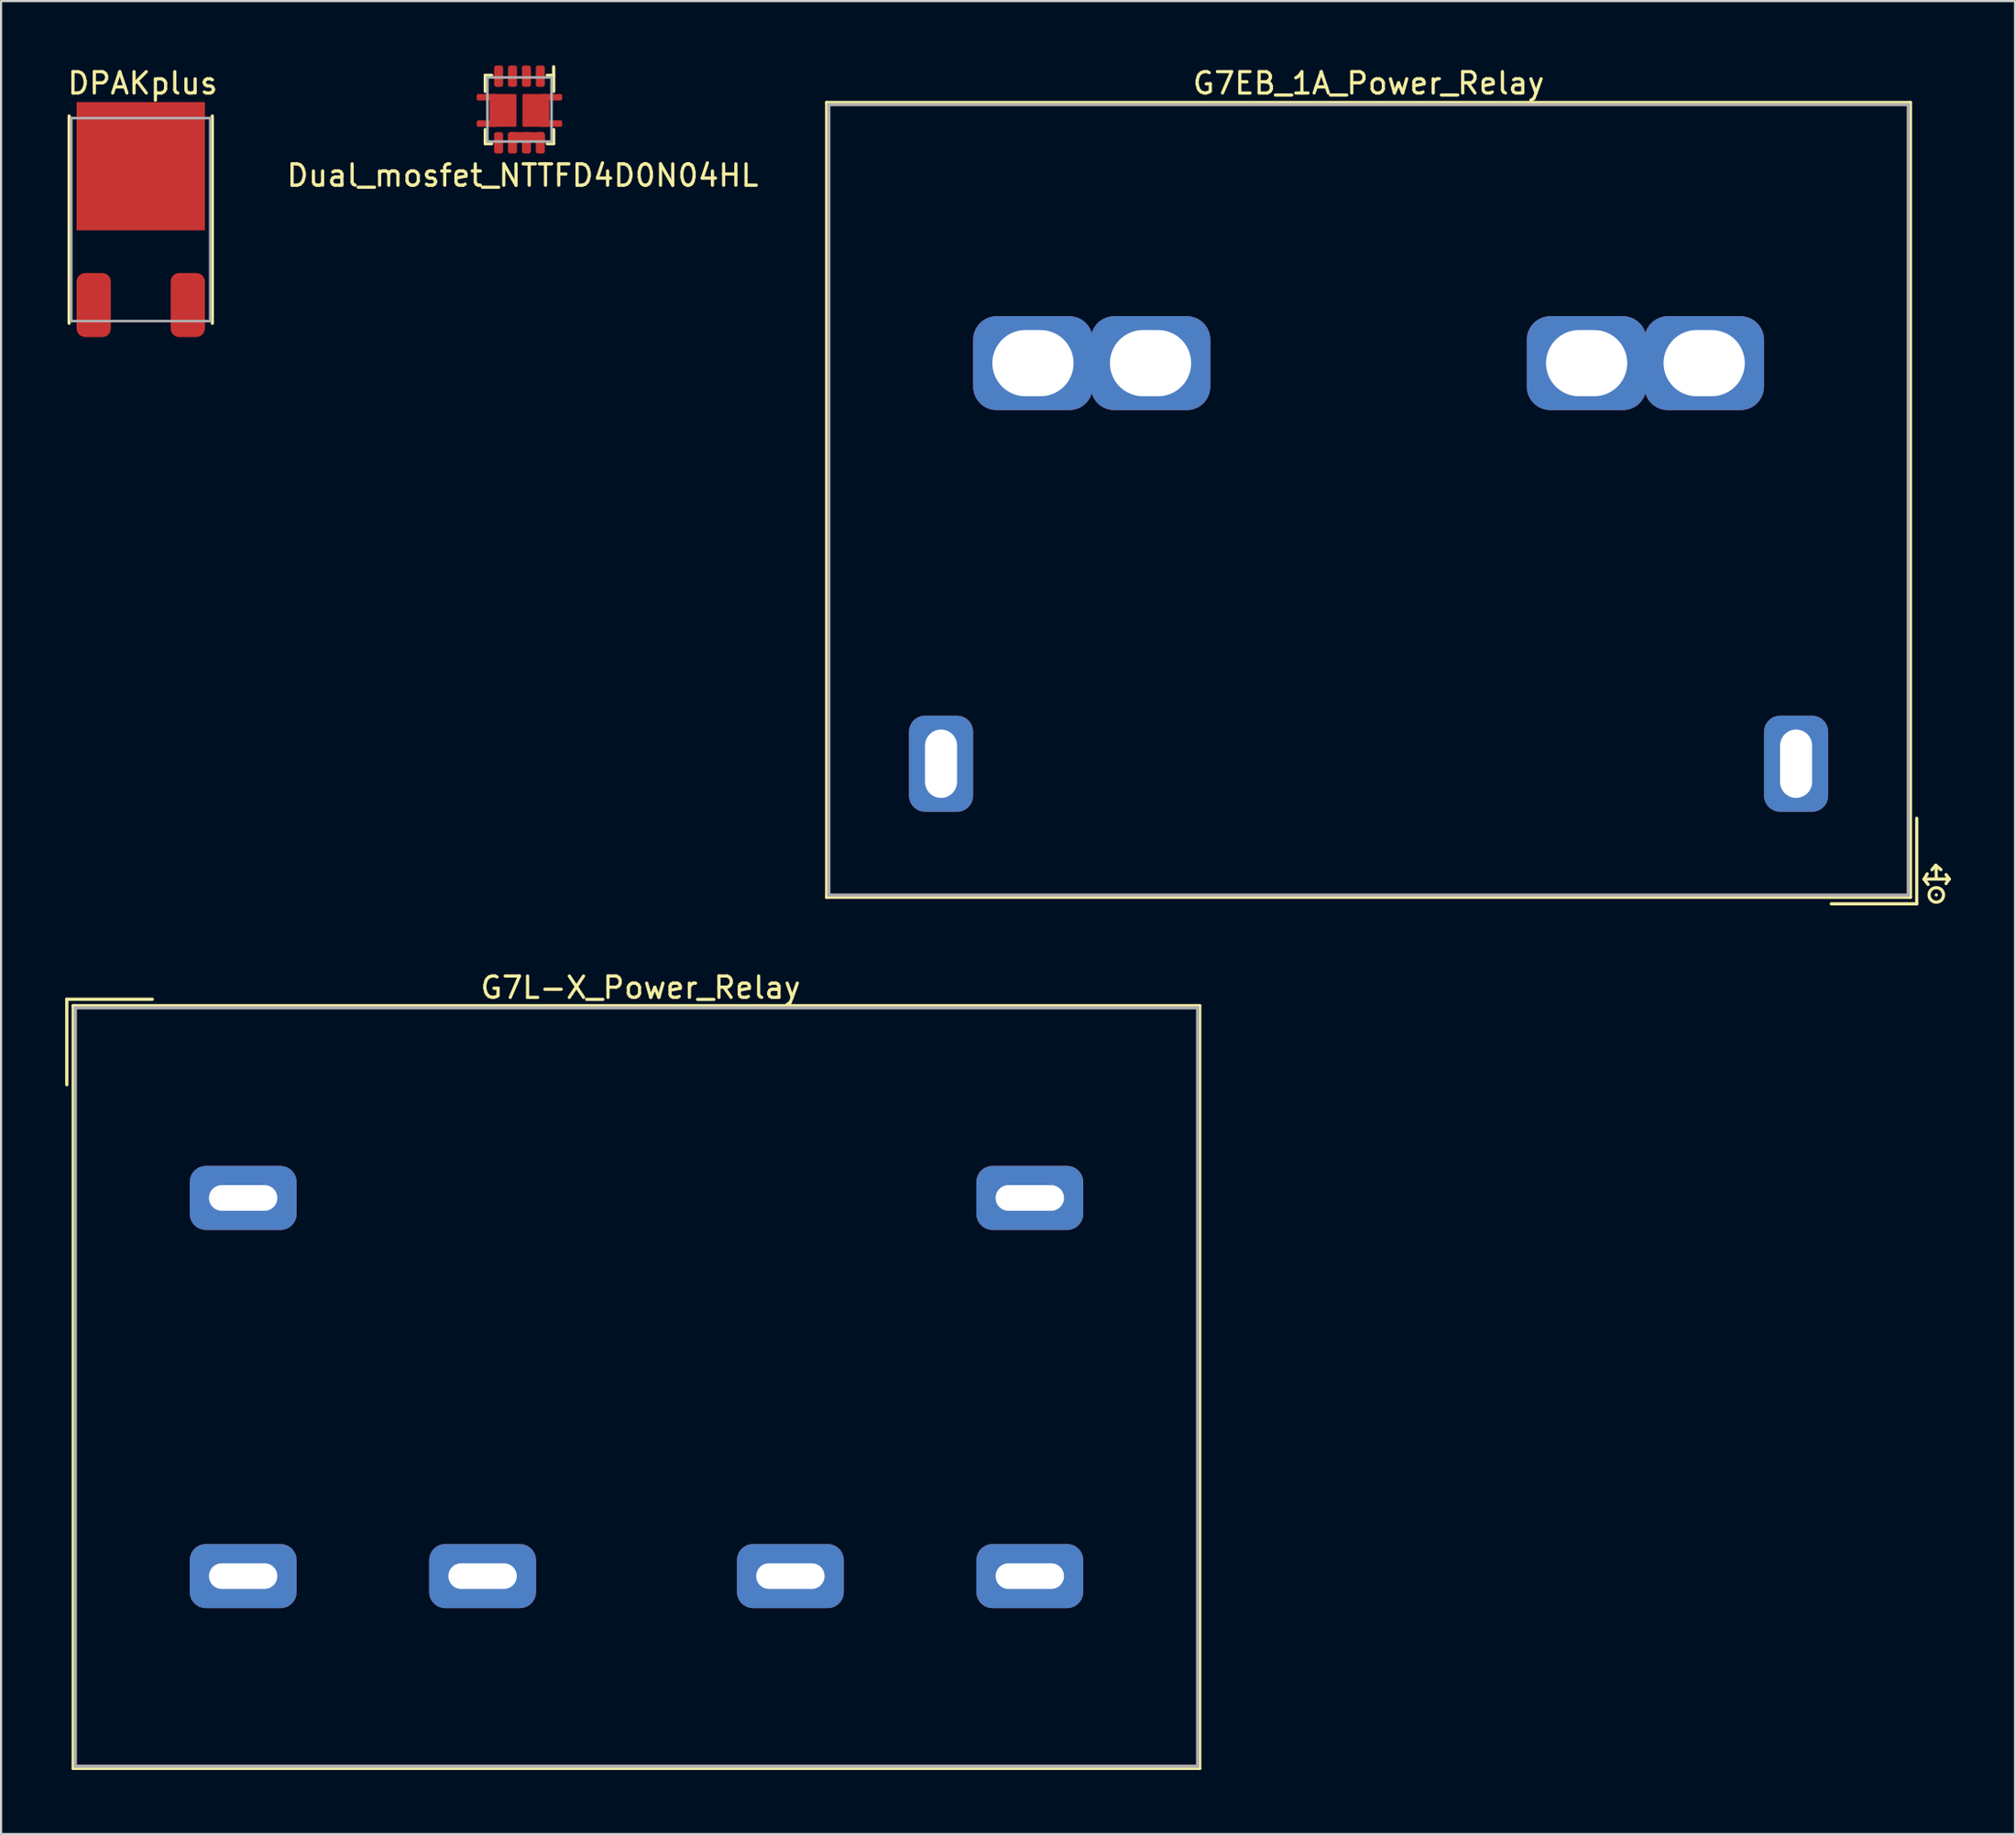
<source format=kicad_pcb>
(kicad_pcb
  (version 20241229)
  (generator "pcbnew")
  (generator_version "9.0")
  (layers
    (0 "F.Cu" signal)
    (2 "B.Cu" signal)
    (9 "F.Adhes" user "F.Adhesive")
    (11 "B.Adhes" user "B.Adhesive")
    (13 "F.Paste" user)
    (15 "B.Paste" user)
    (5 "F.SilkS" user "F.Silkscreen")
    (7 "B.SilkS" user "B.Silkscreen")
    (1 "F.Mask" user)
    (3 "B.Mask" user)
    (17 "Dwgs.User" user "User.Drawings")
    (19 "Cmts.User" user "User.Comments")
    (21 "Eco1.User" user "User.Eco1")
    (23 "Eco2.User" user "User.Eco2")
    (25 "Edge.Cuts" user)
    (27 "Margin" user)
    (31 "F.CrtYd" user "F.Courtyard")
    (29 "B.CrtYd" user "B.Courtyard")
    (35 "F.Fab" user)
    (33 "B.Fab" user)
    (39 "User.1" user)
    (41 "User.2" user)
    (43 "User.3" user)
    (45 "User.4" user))
  (footprint "G7EB_1A_Power_Relay"
    (layer "F.Cu")
    (at 60.973 20.348)
    (property "Reference" "G7EB_1A_Power_Relay" (at 0 -19.5 0) (layer "F.SilkS") (effects (font (size 1 1) (thickness 0.15))))
    (attr through_hole)
    (fp_line (start -25.35 -18.6) (end 25.35 -18.6) (stroke (width 0.15) (type solid)) (layer "F.SilkS"))
    (fp_line (start -25.35 18.6) (end -25.35 -18.6) (stroke (width 0.15) (type solid)) (layer "F.SilkS"))
    (fp_line (start 25.35 18.6) (end -25.35 18.6) (stroke (width 0.15) (type solid)) (layer "F.SilkS"))
    (fp_line (start 25.35 18.6) (end 25.35 -18.6) (stroke (width 0.15) (type solid)) (layer "F.SilkS"))
    (fp_line (start 25.644 14.907) (end 25.644 18.907) (stroke (width 0.15) (type solid)) (layer "F.SilkS"))
    (fp_line (start 25.644 18.907) (end 21.644 18.907) (stroke (width 0.15) (type solid)) (layer "F.SilkS"))
    (fp_line (start 25.979 17.75) (end 27.168 17.75) (stroke (width 0.15) (type solid)) (layer "F.SilkS"))
    (fp_line (start 25.989 17.76) (end 26.172 17.998) (stroke (width 0.15) (type solid)) (layer "F.SilkS"))
    (fp_line (start 26.132 17.506) (end 25.989 17.76) (stroke (width 0.15) (type solid)) (layer "F.SilkS"))
    (fp_line (start 26.355 17.313) (end 26.533 17.104) (stroke (width 0.15) (type solid)) (layer "F.SilkS"))
    (fp_line (start 26.533 17.104) (end 26.777 17.308) (stroke (width 0.15) (type solid)) (layer "F.SilkS"))
    (fp_line (start 26.553 17.683) (end 26.553 17.135) (stroke (width 0.15) (type solid)) (layer "F.SilkS"))
    (fp_line (start 26.558 18.491) (end 26.559 18.491) (stroke (width 0.15) (type solid)) (layer "F.SilkS"))
    (fp_line (start 27.158 17.744) (end 27.015 17.958) (stroke (width 0.15) (type solid)) (layer "F.SilkS"))
    (fp_line (start 27.168 17.75) (end 27.015 17.541) (stroke (width 0.15) (type solid)) (layer "F.SilkS"))
    (fp_circle (center 26.559 18.491) (end 26.848 18.669) (stroke (width 0.15) (type solid)) (fill no) (layer "F.SilkS"))
    (fp_line (start -25.25 -18.5) (end 25.25 -18.5) (stroke (width 0.15) (type solid)) (layer "F.Fab"))
    (fp_line (start -25.25 18.5) (end -25.25 -18.5) (stroke (width 0.15) (type solid)) (layer "F.Fab"))
    (fp_line (start 25.25 18.5) (end -25.25 18.5) (stroke (width 0.15) (type solid)) (layer "F.Fab"))
    (fp_line (start 25.25 18.5) (end 25.25 -18.5) (stroke (width 0.15) (type solid)) (layer "F.Fab"))
    (pad "1" thru_hole roundrect (at 20 12.35) (size 3 4.5) (drill oval 1.5 3.2) (layers "*.Cu" "*.Mask") (roundrect_rratio 0.25))
    (pad "2" thru_hole roundrect (at -20 12.35) (size 3 4.5) (drill oval 1.5 3.2) (layers "*.Cu" "*.Mask") (roundrect_rratio 0.25))
    (pad "3" thru_hole roundrect (at 10.2 -6.4) (size 5.6 4.4) (drill oval 3.8 3.1) (layers "*.Cu" "*.Mask") (roundrect_rratio 0.25))
    (pad "3" thru_hole roundrect (at 15.7 -6.4) (size 5.6 4.4) (drill oval 3.8 3.1) (layers "*.Cu" "*.Mask") (roundrect_rratio 0.25))
    (pad "4" thru_hole roundrect (at -15.7 -6.4) (size 5.6 4.4) (drill oval 3.8 3.1) (layers "*.Cu" "*.Mask") (roundrect_rratio 0.25))
    (pad "4" thru_hole roundrect (at -10.2 -6.4) (size 5.6 4.4) (drill oval 3.8 3.1) (layers "*.Cu" "*.Mask") (roundrect_rratio 0.25)))
  (footprint "DPAKplus"
    (layer "F.Cu")
    (at 3.534 7.229)
    (property "Reference" "DPAKplus" (at 0.091 -6.38 0) (layer "F.SilkS") (effects (font (size 1 1) (thickness 0.15))))
    (attr through_hole)
    (fp_line (start -3.35 -4.85) (end -3.35 4.85) (stroke (width 0.15) (type solid)) (layer "F.SilkS"))
    (fp_line (start 3.35 -4.85) (end 3.35 4.85) (stroke (width 0.15) (type solid)) (layer "F.SilkS"))
    (fp_line (start -3.25 -4.75) (end -3.25 4.75) (stroke (width 0.12) (type solid)) (layer "F.Fab"))
    (fp_line (start -3.25 4.75) (end 3.25 4.75) (stroke (width 0.12) (type solid)) (layer "F.Fab"))
    (fp_line (start 3.25 -4.75) (end -3.25 -4.75) (stroke (width 0.12) (type solid)) (layer "F.Fab"))
    (fp_line (start 3.25 4.75) (end 3.25 -4.75) (stroke (width 0.12) (type solid)) (layer "F.Fab"))
    (pad "1" smd roundrect (at -2.2 4) (size 1.6 3) (layers "F.Cu" "F.Mask" "F.Paste") (roundrect_rratio 0.25))
    (pad "2" smd rect (at 0 -2.5) (size 6 6) (layers "F.Cu" "F.Mask" "F.Paste"))
    (pad "3" smd roundrect (at 2.2 4) (size 1.6 3) (layers "F.Cu" "F.Mask" "F.Paste") (roundrect_rratio 0.25)))
  (footprint "Dual_mosfet_NTTFD4D0N04HL"
    (layer "F.Cu")
    (at 21.251 2.075)
    (property "Reference" "Dual_mosfet_NTTFD4D0N04HL" (at 0.147 3.089 0) (layer "F.SilkS") (effects (font (size 1 1) (thickness 0.15))))
    (attr through_hole)
    (fp_line (start -1.6 -1.6) (end -1.3 -1.6) (stroke (width 0.15) (type solid)) (layer "F.SilkS"))
    (fp_line (start -1.6 -0.85) (end -1.6 -1.6) (stroke (width 0.15) (type solid)) (layer "F.SilkS"))
    (fp_line (start -1.6 1.6) (end -1.6 0.94) (stroke (width 0.15) (type solid)) (layer "F.SilkS"))
    (fp_line (start -1.3 1.6) (end -1.6 1.6) (stroke (width 0.15) (type solid)) (layer "F.SilkS"))
    (fp_line (start 1.3 -1.6) (end 1.6 -1.6) (stroke (width 0.15) (type solid)) (layer "F.SilkS"))
    (fp_line (start 1.6 -2) (end 1.6 -0.85) (stroke (width 0.15) (type solid)) (layer "F.SilkS"))
    (fp_line (start 1.6 0.94) (end 1.6 1.6) (stroke (width 0.15) (type solid)) (layer "F.SilkS"))
    (fp_line (start 1.6 1.6) (end 1.3 1.6) (stroke (width 0.15) (type solid)) (layer "F.SilkS"))
    (fp_line (start -1.5 -1.5) (end -1.5 1.5) (stroke (width 0.12) (type solid)) (layer "F.Fab"))
    (fp_line (start -1.5 1.5) (end 1.5 1.5) (stroke (width 0.12) (type solid)) (layer "F.Fab"))
    (fp_line (start 1.5 -1.5) (end -1.5 -1.5) (stroke (width 0.12) (type solid)) (layer "F.Fab"))
    (fp_line (start 1.5 1.5) (end 1.5 -1.5) (stroke (width 0.12) (type solid)) (layer "F.Fab"))
    (pad "1" smd roundrect (at 0.975 -1.56) (size 0.42 1) (layers "F.Cu" "F.Mask" "F.Paste") (roundrect_rratio 0.25))
    (pad "2" smd roundrect (at 0.325 -1.56) (size 0.42 1) (layers "F.Cu" "F.Mask" "F.Paste") (roundrect_rratio 0.25))
    (pad "3" smd roundrect (at -0.325 -1.56) (size 0.42 1) (layers "F.Cu" "F.Mask" "F.Paste") (roundrect_rratio 0.25))
    (pad "4" smd roundrect (at -0.975 -1.56) (size 0.42 1) (layers "F.Cu" "F.Mask" "F.Paste") (roundrect_rratio 0.25))
    (pad "5" smd roundrect (at -1.5 -0.575 90) (size 0.3 1) (layers "F.Cu" "F.Mask" "F.Paste") (roundrect_rratio 0.25))
    (pad "5" smd roundrect (at -1.5 0.66 90) (size 0.3 1) (layers "F.Cu" "F.Mask" "F.Paste") (roundrect_rratio 0.25))
    (pad "5" smd roundrect (at -0.77 0.043) (size 1.26 1.535) (layers "F.Cu" "F.Mask" "F.Paste") (roundrect_rratio 0.05))
    (pad "7" smd roundrect (at -0.976 1.56) (size 0.42 1) (layers "F.Cu" "F.Mask" "F.Paste") (roundrect_rratio 0.25))
    (pad "8" smd roundrect (at -0.325 1.56) (size 0.42 1) (layers "F.Cu" "F.Mask" "F.Paste") (roundrect_rratio 0.25))
    (pad "8" smd roundrect (at 0.325 1.287) (size 1.72 0.454) (layers "F.Cu" "F.Mask" "F.Paste") (roundrect_rratio 0.25))
    (pad "8" smd roundrect (at 0.325 1.56) (size 0.42 1) (layers "F.Cu" "F.Mask" "F.Paste") (roundrect_rratio 0.25))
    (pad "8" smd roundrect (at 0.976 1.56) (size 0.42 1) (layers "F.Cu" "F.Mask" "F.Paste") (roundrect_rratio 0.25))
    (pad "11" smd roundrect (at 0.77 0.043) (size 1.26 1.535) (layers "F.Cu" "F.Mask" "F.Paste") (roundrect_rratio 0.05))
    (pad "11" smd roundrect (at 1.5 -0.575 90) (size 0.3 1) (layers "F.Cu" "F.Mask" "F.Paste") (roundrect_rratio 0.25))
    (pad "11" smd roundrect (at 1.5 0.66 90) (size 0.3 1) (layers "F.Cu" "F.Mask" "F.Paste") (roundrect_rratio 0.25)))
  (footprint "G7L-X_Power_Relay"
    (layer "F.Cu")
    (at 26.725 61.873)
    (property "Reference" "G7L-X_Power_Relay" (at 0.191 -18.694 0) (layer "F.SilkS") (effects (font (size 1 1) (thickness 0.15))))
    (attr through_hole)
    (fp_line (start -26.65 -18.15) (end -22.65 -18.15) (stroke (width 0.15) (type solid)) (layer "F.SilkS"))
    (fp_line (start -26.65 -14.15) (end -26.65 -18.15) (stroke (width 0.15) (type solid)) (layer "F.SilkS"))
    (fp_line (start -26.35 -17.85) (end 26.35 -17.85) (stroke (width 0.15) (type solid)) (layer "F.SilkS"))
    (fp_line (start -26.35 17.85) (end -26.35 -17.85) (stroke (width 0.15) (type solid)) (layer "F.SilkS"))
    (fp_line (start 26.35 17.85) (end -26.35 17.85) (stroke (width 0.15) (type solid)) (layer "F.SilkS"))
    (fp_line (start 26.35 17.85) (end 26.35 -17.85) (stroke (width 0.15) (type solid)) (layer "F.SilkS"))
    (fp_line (start -26.25 -17.75) (end 26.25 -17.75) (stroke (width 0.15) (type solid)) (layer "F.Fab"))
    (fp_line (start -26.25 17.75) (end -26.25 -17.75) (stroke (width 0.15) (type solid)) (layer "F.Fab"))
    (fp_line (start 26.25 17.75) (end -26.25 17.75) (stroke (width 0.15) (type solid)) (layer "F.Fab"))
    (fp_line (start 26.25 17.75) (end 26.25 -17.75) (stroke (width 0.15) (type solid)) (layer "F.Fab"))
    (pad "1" thru_hole roundrect (at -18.4 -8.85) (size 5 3) (drill oval 3.2 1.2) (layers "*.Cu" "*.Mask") (roundrect_rratio 0.25))
    (pad "2" thru_hole roundrect (at 18.4 -8.85) (size 5 3) (drill oval 3.2 1.2) (layers "*.Cu" "*.Mask") (roundrect_rratio 0.25))
    (pad "3" thru_hole roundrect (at -18.4 8.85) (size 5 3) (drill oval 3.2 1.2) (layers "*.Cu" "*.Mask") (roundrect_rratio 0.25))
    (pad "4" thru_hole roundrect (at -7.2 8.85) (size 5 3) (drill oval 3.2 1.2) (layers "*.Cu" "*.Mask") (roundrect_rratio 0.25))
    (pad "5" thru_hole roundrect (at 7.2 8.85) (size 5 3) (drill oval 3.2 1.2) (layers "*.Cu" "*.Mask") (roundrect_rratio 0.25))
    (pad "6" thru_hole roundrect (at 18.4 8.85) (size 5 3) (drill oval 3.2 1.2) (layers "*.Cu" "*.Mask") (roundrect_rratio 0.25)))
  (gr_rect
    (start -3 -3)
    (end 91.215 82.798)
    (stroke (width 0.1) (type default))
    (fill no)
    (layer "Edge.Cuts")))
</source>
